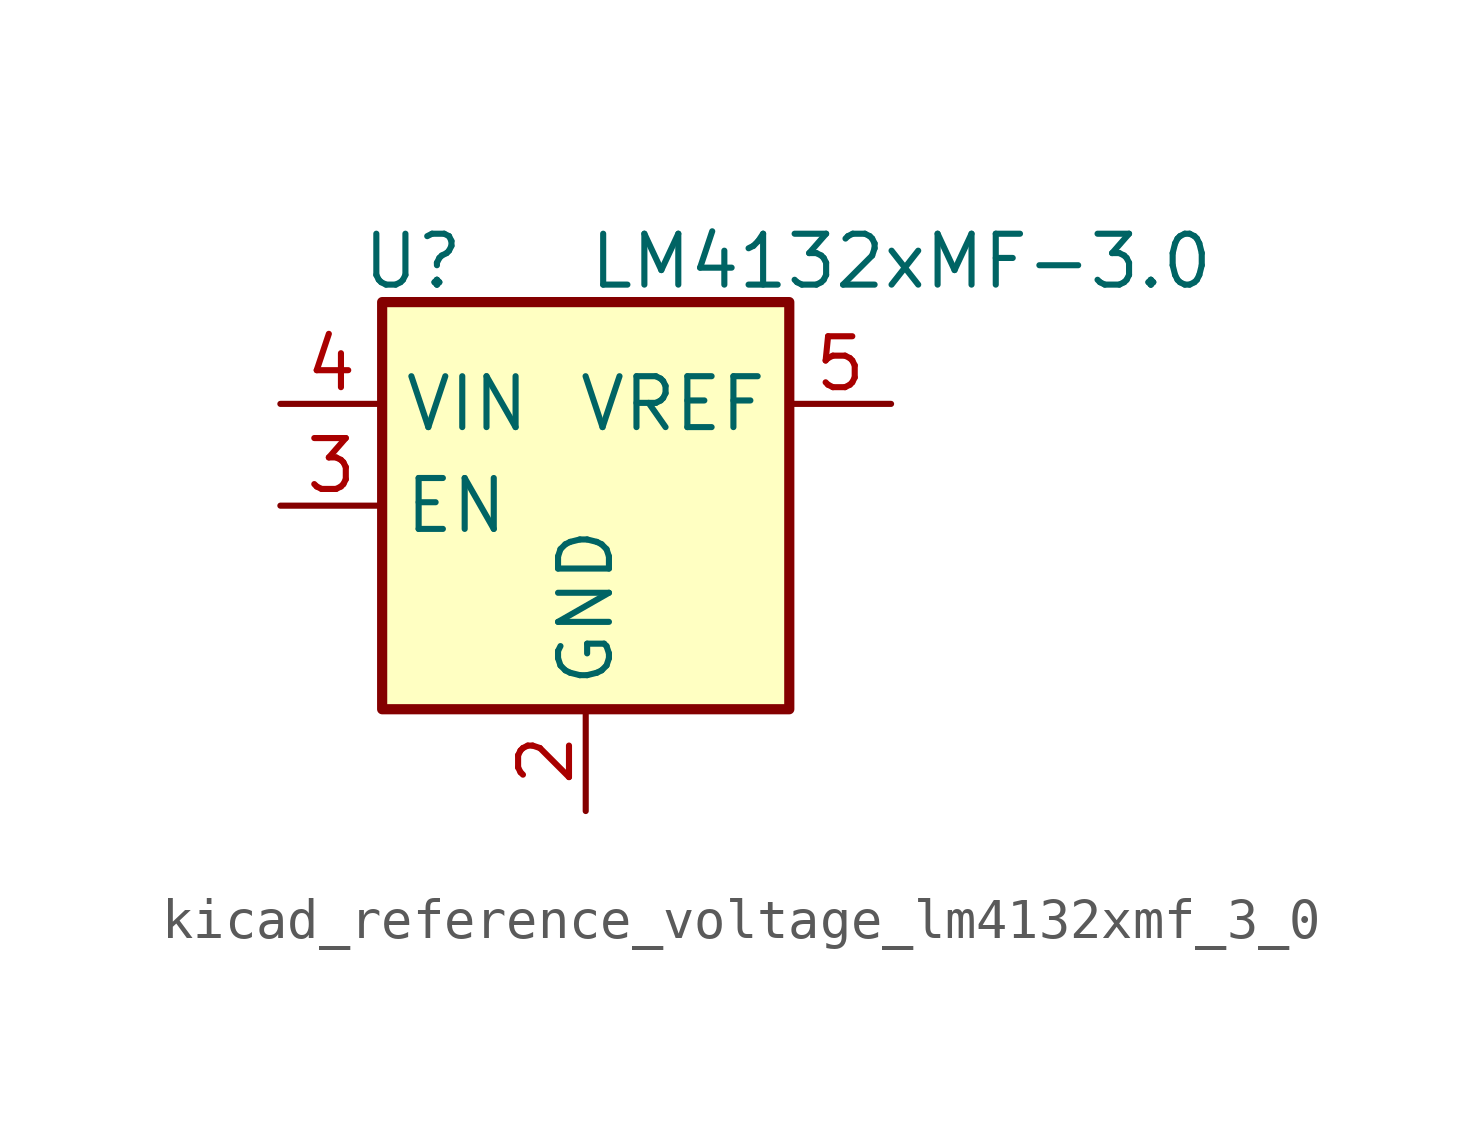
<source format=kicad_sym>
(kicad_symbol_lib
  (version 20220914)
  (generator kicad_symbol_editor)
  (symbol "kicad_reference_voltage_lm4132xmf_3_0"
    (property "Reference" "U"
      (at -4.318 6.096 0)
      (effects (font (size 1.27 1.27))))
    (property "Value" "LM4132xMF-3.0"
      (at 7.874 6.096 0)
      (effects (font (size 1.27 1.27))))
    (symbol "kicad_reference_voltage_lm4132xmf_3_0_0_1"
      (rectangle (start -5.08 5.08) (end 5.08 -5.08) (stroke (width 0.254) (type default)) (fill (type background))))
    (symbol "kicad_reference_voltage_lm4132xmf_3_0_1_1"
      (pin no_connect line (at 5.08 0 180) (length 2.54) hide (name "NC" (effects (font (size 1.27 1.27)))) (number "1" (effects (font (size 1.27 1.27)))))
      (pin power_in line (at 0 -7.62 90) (length 2.54) (name "GND" (effects (font (size 1.27 1.27)))) (number "2" (effects (font (size 1.27 1.27)))))
      (pin input line (at -7.62 0 0) (length 2.54) (name "EN" (effects (font (size 1.27 1.27)))) (number "3" (effects (font (size 1.27 1.27)))))
      (pin power_in line (at -7.62 2.54 0) (length 2.54) (name "VIN" (effects (font (size 1.27 1.27)))) (number "4" (effects (font (size 1.27 1.27)))))
      (pin power_out line (at 7.62 2.54 180) (length 2.54) (name "VREF" (effects (font (size 1.27 1.27)))) (number "5" (effects (font (size 1.27 1.27))))))))
</source>
